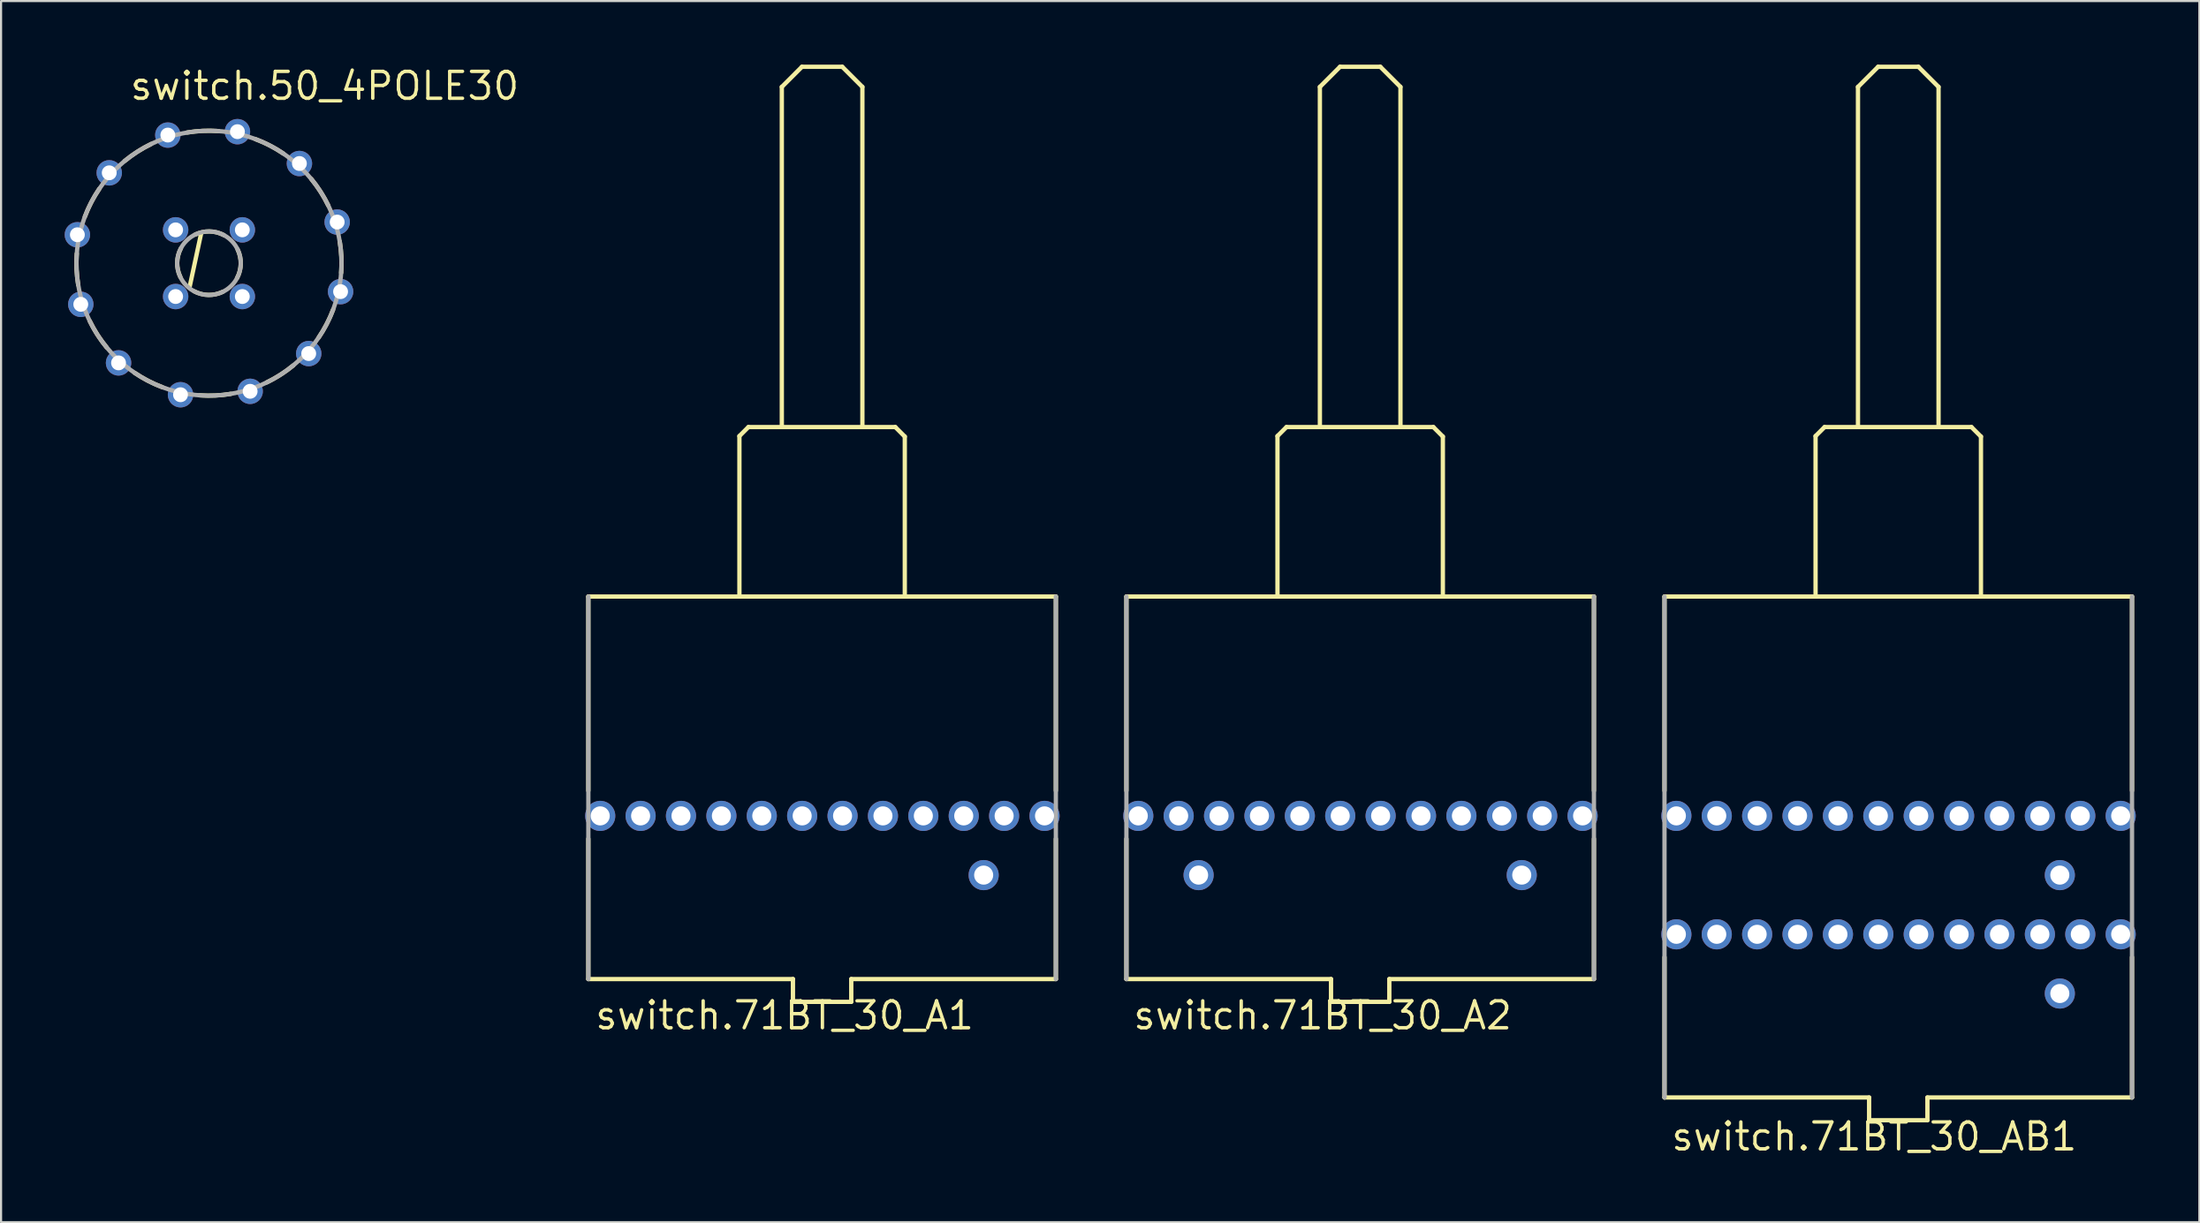
<source format=kicad_pcb>
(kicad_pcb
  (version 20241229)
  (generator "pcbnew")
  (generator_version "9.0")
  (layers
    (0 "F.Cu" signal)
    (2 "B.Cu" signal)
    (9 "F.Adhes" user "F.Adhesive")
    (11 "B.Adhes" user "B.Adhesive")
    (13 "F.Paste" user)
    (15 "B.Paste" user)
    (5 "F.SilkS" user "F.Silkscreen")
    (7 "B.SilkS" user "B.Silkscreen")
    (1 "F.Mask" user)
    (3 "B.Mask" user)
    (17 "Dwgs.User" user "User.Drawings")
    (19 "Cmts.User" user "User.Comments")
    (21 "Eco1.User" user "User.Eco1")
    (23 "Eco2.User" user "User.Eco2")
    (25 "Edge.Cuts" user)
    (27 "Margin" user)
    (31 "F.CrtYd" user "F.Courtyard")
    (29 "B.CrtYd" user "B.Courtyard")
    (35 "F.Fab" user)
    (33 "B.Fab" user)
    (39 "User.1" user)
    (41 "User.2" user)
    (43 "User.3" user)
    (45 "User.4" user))
  (footprint "switch.71BT_30_A1"
    (layer "F.Cu")
    (at 35.723 35.452)
    (property "Reference" "switch.71BT_30_A1" (at -10.795 10.16 0) (layer "F.SilkS") (effects (font (size 1.27 1.27) (thickness 0.16)) (justify left bottom)))
    (attr through_hole)
    (fp_line (start -11.025 -10.35) (end -11.025 -1.19) (stroke (width 0.203) (type default)) (layer "F.SilkS"))
    (fp_line (start -11.025 1.08) (end -11.025 7.7) (stroke (width 0.203) (type default)) (layer "F.SilkS"))
    (fp_line (start -11.025 7.7) (end -1.375 7.7) (stroke (width 0.203) (type default)) (layer "F.SilkS"))
    (fp_line (start -3.9 -17.925) (end -3.475 -18.35) (stroke (width 0.203) (type default)) (layer "F.SilkS"))
    (fp_line (start -3.9 -10.4) (end -3.9 -17.925) (stroke (width 0.203) (type default)) (layer "F.SilkS"))
    (fp_line (start -3.475 -18.35) (end -1.9 -18.35) (stroke (width 0.203) (type default)) (layer "F.SilkS"))
    (fp_line (start -1.9 -34.4) (end -0.95 -35.35) (stroke (width 0.203) (type default)) (layer "F.SilkS"))
    (fp_line (start -1.9 -18.35) (end -1.9 -34.4) (stroke (width 0.203) (type default)) (layer "F.SilkS"))
    (fp_line (start -1.9 -18.35) (end 1.9 -18.35) (stroke (width 0.203) (type default)) (layer "F.SilkS"))
    (fp_line (start -1.375 7.7) (end -1.375 8.775) (stroke (width 0.203) (type default)) (layer "F.SilkS"))
    (fp_line (start -1.375 8.775) (end 1.375 8.775) (stroke (width 0.203) (type default)) (layer "F.SilkS"))
    (fp_line (start -0.95 -35.35) (end 0.95 -35.35) (stroke (width 0.203) (type default)) (layer "F.SilkS"))
    (fp_line (start 0.95 -35.35) (end 1.9 -34.4) (stroke (width 0.203) (type default)) (layer "F.SilkS"))
    (fp_line (start 1.375 7.7) (end 11.025 7.7) (stroke (width 0.203) (type default)) (layer "F.SilkS"))
    (fp_line (start 1.375 8.775) (end 1.375 7.7) (stroke (width 0.203) (type default)) (layer "F.SilkS"))
    (fp_line (start 1.9 -34.4) (end 1.9 -18.35) (stroke (width 0.203) (type default)) (layer "F.SilkS"))
    (fp_line (start 1.9 -18.35) (end 3.45 -18.35) (stroke (width 0.203) (type default)) (layer "F.SilkS"))
    (fp_line (start 3.9 -17.9) (end 3.45 -18.35) (stroke (width 0.203) (type default)) (layer "F.SilkS"))
    (fp_line (start 3.9 -10.375) (end 3.9 -17.9) (stroke (width 0.203) (type default)) (layer "F.SilkS"))
    (fp_line (start 11.025 -10.35) (end -11.025 -10.35) (stroke (width 0.203) (type default)) (layer "F.SilkS"))
    (fp_line (start 11.025 -1.19) (end 11.025 -10.35) (stroke (width 0.203) (type default)) (layer "F.SilkS"))
    (fp_line (start 11.025 7.7) (end 11.025 1.08) (stroke (width 0.203) (type default)) (layer "F.SilkS"))
    (fp_line (start -11.025 -10.35) (end -11.025 7.7) (stroke (width 0.203) (type default)) (layer "F.Fab"))
    (fp_line (start 11.025 7.7) (end 11.025 -10.35) (stroke (width 0.203) (type default)) (layer "F.Fab"))
    (pad "A-C1" thru_hole circle (at 7.62 2.794) (size 1.422 1.422) (drill 0.9) (layers "*.Cu" "*.Mask"))
    (pad "A1" thru_hole circle (at 10.49 0 90) (size 1.422 1.422) (drill 0.9) (layers "*.Cu" "*.Mask"))
    (pad "A2" thru_hole circle (at 8.585 0 90) (size 1.422 1.422) (drill 0.9) (layers "*.Cu" "*.Mask"))
    (pad "A3" thru_hole circle (at 6.68 0 90) (size 1.422 1.422) (drill 0.9) (layers "*.Cu" "*.Mask"))
    (pad "A4" thru_hole circle (at 4.775 0 90) (size 1.422 1.422) (drill 0.9) (layers "*.Cu" "*.Mask"))
    (pad "A5" thru_hole circle (at 2.87 0 90) (size 1.422 1.422) (drill 0.9) (layers "*.Cu" "*.Mask"))
    (pad "A6" thru_hole circle (at 0.965 0 90) (size 1.422 1.422) (drill 0.9) (layers "*.Cu" "*.Mask"))
    (pad "A7" thru_hole circle (at -0.94 0 90) (size 1.422 1.422) (drill 0.9) (layers "*.Cu" "*.Mask"))
    (pad "A8" thru_hole circle (at -2.845 0 90) (size 1.422 1.422) (drill 0.9) (layers "*.Cu" "*.Mask"))
    (pad "A9" thru_hole circle (at -4.75 0 90) (size 1.422 1.422) (drill 0.9) (layers "*.Cu" "*.Mask"))
    (pad "A10" thru_hole circle (at -6.655 0 90) (size 1.422 1.422) (drill 0.9) (layers "*.Cu" "*.Mask"))
    (pad "A11" thru_hole circle (at -8.56 0 90) (size 1.422 1.422) (drill 0.9) (layers "*.Cu" "*.Mask"))
    (pad "A12" thru_hole circle (at -10.465 0 90) (size 1.422 1.422) (drill 0.9) (layers "*.Cu" "*.Mask")))
  (footprint "switch.50_4POLE30"
    (layer "F.Cu")
    (at 6.806 9.37)
    (property "Reference" "switch.50_4POLE30" (at -3.81 -7.62 0) (layer "F.SilkS") (effects (font (size 1.27 1.27) (thickness 0.16)) (justify left bottom)))
    (attr through_hole)
    (fp_line (start -0.914 1.127) (end -0.375 -1.38) (stroke (width 0.203) (type default)) (layer "F.SilkS"))
    (fp_arc (start -6.166 1.0299) (mid -6.244069 0.29072) (end -6.2338 -0.4525) (stroke (width 0.2032) (type default)) (layer "F.SilkS"))
    (fp_arc (start -5.8549 -2.191) (mid -5.552917 -2.870237) (end -5.1724 -3.5088) (stroke (width 0.2032) (type default)) (layer "F.SilkS"))
    (fp_arc (start -4.825 3.975) (mid -5.262248 3.373838) (end -5.625 2.725) (stroke (width 0.2032) (type default)) (layer "F.SilkS"))
    (fp_arc (start -3.975 -4.825) (mid -3.373838 -5.262248) (end -2.725 -5.625) (stroke (width 0.2032) (type default)) (layer "F.SilkS"))
    (fp_arc (start -2.191 5.8549) (mid -2.870237 5.552917) (end -3.5088 5.1724) (stroke (width 0.2032) (type default)) (layer "F.SilkS"))
    (fp_arc (start -1.35 0.65) (mid -1.498176 -0.027975) (end -1.325 -0.7) (stroke (width 0.2032) (type default)) (layer "F.SilkS"))
    (fp_arc (start -1.0299 -6.166) (mid -0.29072 -6.244074) (end 0.4525 -6.2338) (stroke (width 0.2032) (type default)) (layer "F.SilkS"))
    (fp_arc (start -0.65 -1.35) (mid 0.027975 -1.498176) (end 0.7 -1.325) (stroke (width 0.2032) (type default)) (layer "F.SilkS"))
    (fp_arc (start 0.65 1.35) (mid -0.027972 1.497994) (end -0.7 1.325) (stroke (width 0.2032) (type default)) (layer "F.SilkS"))
    (fp_arc (start 1.0299 6.166) (mid 0.29072 6.244074) (end -0.4525 6.2338) (stroke (width 0.2032) (type default)) (layer "F.SilkS"))
    (fp_arc (start 1.35 -0.65) (mid 1.498176 0.027975) (end 1.325 0.7) (stroke (width 0.2032) (type default)) (layer "F.SilkS"))
    (fp_arc (start 2.191 -5.8549) (mid 2.870237 -5.552917) (end 3.5088 -5.1724) (stroke (width 0.2032) (type default)) (layer "F.SilkS"))
    (fp_arc (start 3.975 4.825) (mid 3.373838 5.262248) (end 2.725 5.625) (stroke (width 0.2032) (type default)) (layer "F.SilkS"))
    (fp_arc (start 4.825 -3.975) (mid 5.262248 -3.373838) (end 5.625 -2.725) (stroke (width 0.2032) (type default)) (layer "F.SilkS"))
    (fp_arc (start 5.8549 2.191) (mid 5.552917 2.870237) (end 5.1724 3.5088) (stroke (width 0.2032) (type default)) (layer "F.SilkS"))
    (fp_arc (start 6.166 -1.0299) (mid 6.244069 -0.29072) (end 6.2338 0.4525) (stroke (width 0.2032) (type default)) (layer "F.SilkS"))
    (fp_circle (center 0 0) (end 1.5 0) (stroke (width 0.203) (type default)) (fill no) (layer "F.Fab"))
    (fp_circle (center 0 0) (end 6.25 0) (stroke (width 0.203) (type default)) (fill no) (layer "F.Fab"))
    (pad "1" thru_hole circle (at 6.207 1.342 347.8) (size 1.2 1.2) (drill 0.7) (layers "*.Cu" "*.Mask"))
    (pad "2" thru_hole circle (at 4.704 4.265 317.8) (size 1.2 1.2) (drill 0.7) (layers "*.Cu" "*.Mask"))
    (pad "3" thru_hole circle (at 1.941 6.046 287.8) (size 1.2 1.2) (drill 0.7) (layers "*.Cu" "*.Mask"))
    (pad "4" thru_hole circle (at -1.342 6.207 257.8) (size 1.2 1.2) (drill 0.7) (layers "*.Cu" "*.Mask"))
    (pad "5" thru_hole circle (at -4.265 4.704 227.8) (size 1.2 1.2) (drill 0.7) (layers "*.Cu" "*.Mask"))
    (pad "6" thru_hole circle (at -6.046 1.941 197.8) (size 1.2 1.2) (drill 0.7) (layers "*.Cu" "*.Mask"))
    (pad "7" thru_hole circle (at -6.207 -1.342 167.8) (size 1.2 1.2) (drill 0.7) (layers "*.Cu" "*.Mask"))
    (pad "8" thru_hole circle (at -4.704 -4.265 137.8) (size 1.2 1.2) (drill 0.7) (layers "*.Cu" "*.Mask"))
    (pad "9" thru_hole circle (at -1.941 -6.046 107.8) (size 1.2 1.2) (drill 0.7) (layers "*.Cu" "*.Mask"))
    (pad "10" thru_hole circle (at 1.342 -6.207 77.8) (size 1.2 1.2) (drill 0.7) (layers "*.Cu" "*.Mask"))
    (pad "11" thru_hole circle (at 4.265 -4.704 47.8) (size 1.2 1.2) (drill 0.7) (layers "*.Cu" "*.Mask"))
    (pad "12" thru_hole circle (at 6.046 -1.941 17.8) (size 1.2 1.2) (drill 0.7) (layers "*.Cu" "*.Mask"))
    (pad "C1" thru_hole circle (at 1.573 1.573 135) (size 1.2 1.2) (drill 0.7) (layers "*.Cu" "*.Mask"))
    (pad "C2" thru_hole circle (at -1.573 1.573 315) (size 1.2 1.2) (drill 0.7) (layers "*.Cu" "*.Mask"))
    (pad "C3" thru_hole circle (at -1.573 -1.573 135) (size 1.2 1.2) (drill 0.7) (layers "*.Cu" "*.Mask"))
    (pad "C4" thru_hole circle (at 1.573 -1.573 315) (size 1.2 1.2) (drill 0.7) (layers "*.Cu" "*.Mask")))
  (footprint "switch.71BT_30_A2"
    (layer "F.Cu")
    (at 61.1 35.452)
    (property "Reference" "switch.71BT_30_A2" (at -10.795 10.16 0) (layer "F.SilkS") (effects (font (size 1.27 1.27) (thickness 0.16)) (justify left bottom)))
    (attr through_hole)
    (fp_line (start -11.025 -10.35) (end -11.025 -1.19) (stroke (width 0.203) (type default)) (layer "F.SilkS"))
    (fp_line (start -11.025 1.08) (end -11.025 7.7) (stroke (width 0.203) (type default)) (layer "F.SilkS"))
    (fp_line (start -11.025 7.7) (end -1.375 7.7) (stroke (width 0.203) (type default)) (layer "F.SilkS"))
    (fp_line (start -3.9 -17.925) (end -3.475 -18.35) (stroke (width 0.203) (type default)) (layer "F.SilkS"))
    (fp_line (start -3.9 -10.4) (end -3.9 -17.925) (stroke (width 0.203) (type default)) (layer "F.SilkS"))
    (fp_line (start -3.475 -18.35) (end -1.9 -18.35) (stroke (width 0.203) (type default)) (layer "F.SilkS"))
    (fp_line (start -1.9 -34.4) (end -0.95 -35.35) (stroke (width 0.203) (type default)) (layer "F.SilkS"))
    (fp_line (start -1.9 -18.35) (end -1.9 -34.4) (stroke (width 0.203) (type default)) (layer "F.SilkS"))
    (fp_line (start -1.9 -18.35) (end 1.9 -18.35) (stroke (width 0.203) (type default)) (layer "F.SilkS"))
    (fp_line (start -1.375 7.7) (end -1.375 8.775) (stroke (width 0.203) (type default)) (layer "F.SilkS"))
    (fp_line (start -1.375 8.775) (end 1.375 8.775) (stroke (width 0.203) (type default)) (layer "F.SilkS"))
    (fp_line (start -0.95 -35.35) (end 0.95 -35.35) (stroke (width 0.203) (type default)) (layer "F.SilkS"))
    (fp_line (start 0.95 -35.35) (end 1.9 -34.4) (stroke (width 0.203) (type default)) (layer "F.SilkS"))
    (fp_line (start 1.375 7.7) (end 11.025 7.7) (stroke (width 0.203) (type default)) (layer "F.SilkS"))
    (fp_line (start 1.375 8.775) (end 1.375 7.7) (stroke (width 0.203) (type default)) (layer "F.SilkS"))
    (fp_line (start 1.9 -34.4) (end 1.9 -18.35) (stroke (width 0.203) (type default)) (layer "F.SilkS"))
    (fp_line (start 1.9 -18.35) (end 3.45 -18.35) (stroke (width 0.203) (type default)) (layer "F.SilkS"))
    (fp_line (start 3.9 -17.9) (end 3.45 -18.35) (stroke (width 0.203) (type default)) (layer "F.SilkS"))
    (fp_line (start 3.9 -10.375) (end 3.9 -17.9) (stroke (width 0.203) (type default)) (layer "F.SilkS"))
    (fp_line (start 11.025 -10.35) (end -11.025 -10.35) (stroke (width 0.203) (type default)) (layer "F.SilkS"))
    (fp_line (start 11.025 -1.19) (end 11.025 -10.35) (stroke (width 0.203) (type default)) (layer "F.SilkS"))
    (fp_line (start 11.025 7.7) (end 11.025 1.08) (stroke (width 0.203) (type default)) (layer "F.SilkS"))
    (fp_line (start -11.025 -10.35) (end -11.025 7.7) (stroke (width 0.203) (type default)) (layer "F.Fab"))
    (fp_line (start 11.025 7.7) (end 11.025 -10.35) (stroke (width 0.203) (type default)) (layer "F.Fab"))
    (pad "A-C1" thru_hole circle (at 7.62 2.794) (size 1.422 1.422) (drill 0.9) (layers "*.Cu" "*.Mask"))
    (pad "A-C2" thru_hole circle (at -7.62 2.794 180) (size 1.422 1.422) (drill 0.9) (layers "*.Cu" "*.Mask"))
    (pad "A1" thru_hole circle (at 10.49 0 90) (size 1.422 1.422) (drill 0.9) (layers "*.Cu" "*.Mask"))
    (pad "A2" thru_hole circle (at 8.585 0 90) (size 1.422 1.422) (drill 0.9) (layers "*.Cu" "*.Mask"))
    (pad "A3" thru_hole circle (at 6.68 0 90) (size 1.422 1.422) (drill 0.9) (layers "*.Cu" "*.Mask"))
    (pad "A4" thru_hole circle (at 4.775 0 90) (size 1.422 1.422) (drill 0.9) (layers "*.Cu" "*.Mask"))
    (pad "A5" thru_hole circle (at 2.87 0 90) (size 1.422 1.422) (drill 0.9) (layers "*.Cu" "*.Mask"))
    (pad "A6" thru_hole circle (at 0.965 0 90) (size 1.422 1.422) (drill 0.9) (layers "*.Cu" "*.Mask"))
    (pad "A7" thru_hole circle (at -0.94 0 90) (size 1.422 1.422) (drill 0.9) (layers "*.Cu" "*.Mask"))
    (pad "A8" thru_hole circle (at -2.845 0 90) (size 1.422 1.422) (drill 0.9) (layers "*.Cu" "*.Mask"))
    (pad "A9" thru_hole circle (at -4.75 0 90) (size 1.422 1.422) (drill 0.9) (layers "*.Cu" "*.Mask"))
    (pad "A10" thru_hole circle (at -6.655 0 90) (size 1.422 1.422) (drill 0.9) (layers "*.Cu" "*.Mask"))
    (pad "A11" thru_hole circle (at -8.56 0 90) (size 1.422 1.422) (drill 0.9) (layers "*.Cu" "*.Mask"))
    (pad "A12" thru_hole circle (at -10.465 0 90) (size 1.422 1.422) (drill 0.9) (layers "*.Cu" "*.Mask")))
  (footprint "switch.71BT_30_AB1"
    (layer "F.Cu")
    (at 86.478 35.452)
    (property "Reference" "switch.71BT_30_AB1" (at -10.795 15.875 0) (layer "F.SilkS") (effects (font (size 1.27 1.27) (thickness 0.16)) (justify left bottom)))
    (attr through_hole)
    (fp_line (start -11.025 -10.35) (end -11.025 -1.19) (stroke (width 0.203) (type default)) (layer "F.SilkS"))
    (fp_line (start -11.025 6.668) (end -11.025 13.288) (stroke (width 0.203) (type default)) (layer "F.SilkS"))
    (fp_line (start -11.025 13.288) (end -1.375 13.288) (stroke (width 0.203) (type default)) (layer "F.SilkS"))
    (fp_line (start -3.9 -17.925) (end -3.475 -18.35) (stroke (width 0.203) (type default)) (layer "F.SilkS"))
    (fp_line (start -3.9 -10.4) (end -3.9 -17.925) (stroke (width 0.203) (type default)) (layer "F.SilkS"))
    (fp_line (start -3.475 -18.35) (end -1.9 -18.35) (stroke (width 0.203) (type default)) (layer "F.SilkS"))
    (fp_line (start -1.9 -34.4) (end -0.95 -35.35) (stroke (width 0.203) (type default)) (layer "F.SilkS"))
    (fp_line (start -1.9 -18.35) (end -1.9 -34.4) (stroke (width 0.203) (type default)) (layer "F.SilkS"))
    (fp_line (start -1.9 -18.35) (end 1.9 -18.35) (stroke (width 0.203) (type default)) (layer "F.SilkS"))
    (fp_line (start -1.375 13.288) (end -1.375 14.363) (stroke (width 0.203) (type default)) (layer "F.SilkS"))
    (fp_line (start -1.375 14.363) (end 1.375 14.363) (stroke (width 0.203) (type default)) (layer "F.SilkS"))
    (fp_line (start -0.95 -35.35) (end 0.95 -35.35) (stroke (width 0.203) (type default)) (layer "F.SilkS"))
    (fp_line (start 0.95 -35.35) (end 1.9 -34.4) (stroke (width 0.203) (type default)) (layer "F.SilkS"))
    (fp_line (start 1.375 13.288) (end 11.025 13.288) (stroke (width 0.203) (type default)) (layer "F.SilkS"))
    (fp_line (start 1.375 14.363) (end 1.375 13.288) (stroke (width 0.203) (type default)) (layer "F.SilkS"))
    (fp_line (start 1.9 -34.4) (end 1.9 -18.35) (stroke (width 0.203) (type default)) (layer "F.SilkS"))
    (fp_line (start 1.9 -18.35) (end 3.45 -18.35) (stroke (width 0.203) (type default)) (layer "F.SilkS"))
    (fp_line (start 3.9 -17.9) (end 3.45 -18.35) (stroke (width 0.203) (type default)) (layer "F.SilkS"))
    (fp_line (start 3.9 -10.375) (end 3.9 -17.9) (stroke (width 0.203) (type default)) (layer "F.SilkS"))
    (fp_line (start 11.025 -10.35) (end -11.025 -10.35) (stroke (width 0.203) (type default)) (layer "F.SilkS"))
    (fp_line (start 11.025 -1.19) (end 11.025 -10.35) (stroke (width 0.203) (type default)) (layer "F.SilkS"))
    (fp_line (start 11.025 13.288) (end 11.025 6.668) (stroke (width 0.203) (type default)) (layer "F.SilkS"))
    (fp_line (start -11.025 -10.35) (end -11.025 13.288) (stroke (width 0.203) (type default)) (layer "F.Fab"))
    (fp_line (start 11.025 13.288) (end 11.025 -10.35) (stroke (width 0.203) (type default)) (layer "F.Fab"))
    (pad "A-C1" thru_hole circle (at 7.62 2.794) (size 1.422 1.422) (drill 0.9) (layers "*.Cu" "*.Mask"))
    (pad "A1" thru_hole circle (at 10.49 0 90) (size 1.422 1.422) (drill 0.9) (layers "*.Cu" "*.Mask"))
    (pad "A2" thru_hole circle (at 8.585 0 90) (size 1.422 1.422) (drill 0.9) (layers "*.Cu" "*.Mask"))
    (pad "A3" thru_hole circle (at 6.68 0 90) (size 1.422 1.422) (drill 0.9) (layers "*.Cu" "*.Mask"))
    (pad "A4" thru_hole circle (at 4.775 0 90) (size 1.422 1.422) (drill 0.9) (layers "*.Cu" "*.Mask"))
    (pad "A5" thru_hole circle (at 2.87 0 90) (size 1.422 1.422) (drill 0.9) (layers "*.Cu" "*.Mask"))
    (pad "A6" thru_hole circle (at 0.965 0 90) (size 1.422 1.422) (drill 0.9) (layers "*.Cu" "*.Mask"))
    (pad "A7" thru_hole circle (at -0.94 0 90) (size 1.422 1.422) (drill 0.9) (layers "*.Cu" "*.Mask"))
    (pad "A8" thru_hole circle (at -2.845 0 90) (size 1.422 1.422) (drill 0.9) (layers "*.Cu" "*.Mask"))
    (pad "A9" thru_hole circle (at -4.75 0 90) (size 1.422 1.422) (drill 0.9) (layers "*.Cu" "*.Mask"))
    (pad "A10" thru_hole circle (at -6.655 0 90) (size 1.422 1.422) (drill 0.9) (layers "*.Cu" "*.Mask"))
    (pad "A11" thru_hole circle (at -8.56 0 90) (size 1.422 1.422) (drill 0.9) (layers "*.Cu" "*.Mask"))
    (pad "A12" thru_hole circle (at -10.465 0 90) (size 1.422 1.422) (drill 0.9) (layers "*.Cu" "*.Mask"))
    (pad "B-C1" thru_hole circle (at 7.62 8.382) (size 1.422 1.422) (drill 0.9) (layers "*.Cu" "*.Mask"))
    (pad "B1" thru_hole circle (at 10.49 5.588 90) (size 1.422 1.422) (drill 0.9) (layers "*.Cu" "*.Mask"))
    (pad "B2" thru_hole circle (at 8.585 5.588 90) (size 1.422 1.422) (drill 0.9) (layers "*.Cu" "*.Mask"))
    (pad "B3" thru_hole circle (at 6.68 5.588 90) (size 1.422 1.422) (drill 0.9) (layers "*.Cu" "*.Mask"))
    (pad "B4" thru_hole circle (at 4.775 5.588 90) (size 1.422 1.422) (drill 0.9) (layers "*.Cu" "*.Mask"))
    (pad "B5" thru_hole circle (at 2.87 5.588 90) (size 1.422 1.422) (drill 0.9) (layers "*.Cu" "*.Mask"))
    (pad "B6" thru_hole circle (at 0.965 5.588 90) (size 1.422 1.422) (drill 0.9) (layers "*.Cu" "*.Mask"))
    (pad "B7" thru_hole circle (at -0.94 5.588 90) (size 1.422 1.422) (drill 0.9) (layers "*.Cu" "*.Mask"))
    (pad "B8" thru_hole circle (at -2.845 5.588 90) (size 1.422 1.422) (drill 0.9) (layers "*.Cu" "*.Mask"))
    (pad "B9" thru_hole circle (at -4.75 5.588 90) (size 1.422 1.422) (drill 0.9) (layers "*.Cu" "*.Mask"))
    (pad "B10" thru_hole circle (at -6.655 5.588 90) (size 1.422 1.422) (drill 0.9) (layers "*.Cu" "*.Mask"))
    (pad "B11" thru_hole circle (at -8.56 5.588 90) (size 1.422 1.422) (drill 0.9) (layers "*.Cu" "*.Mask"))
    (pad "B12" thru_hole circle (at -10.465 5.588 90) (size 1.422 1.422) (drill 0.9) (layers "*.Cu" "*.Mask")))
  (gr_rect
    (start -3 -3)
    (end 100.679 54.624)
    (stroke (width 0.1) (type default))
    (fill no)
    (layer "Edge.Cuts")))
</source>
